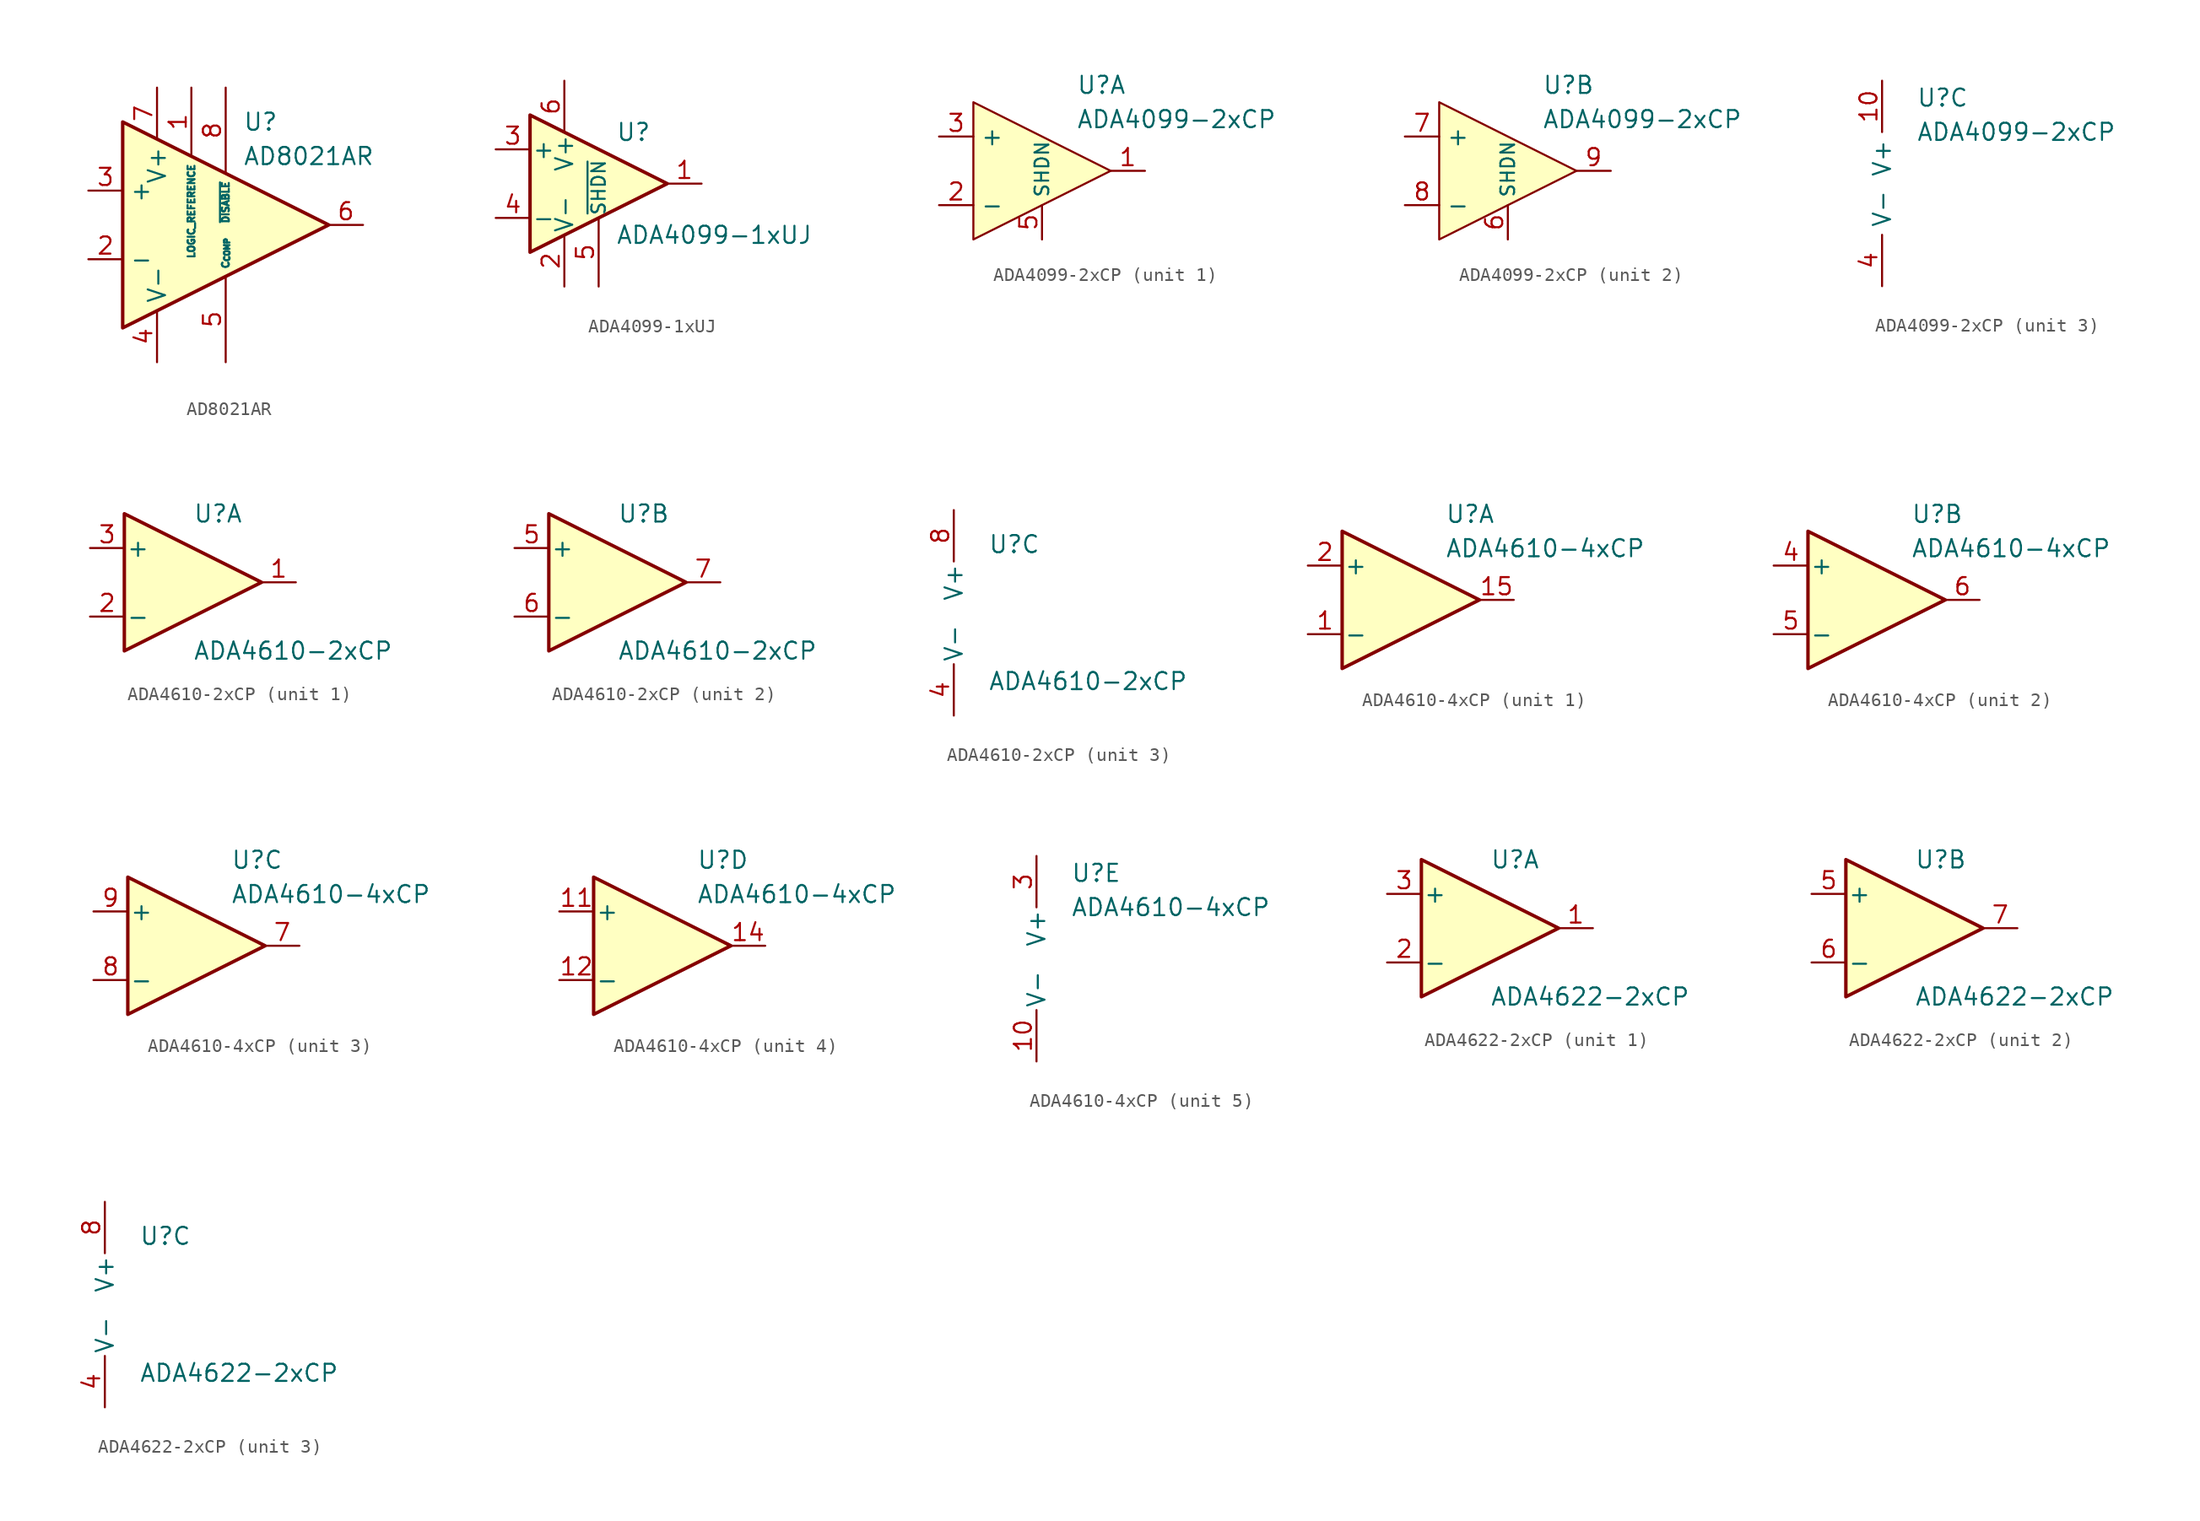
<source format=kicad_sym>
(kicad_symbol_lib
  (version 20241209)
  (generator "kicad_symbol_editor")
  (generator_version "9.0")
  (symbol "AD8021AR"
    (property "Reference" "U"
      (at 1.27 7.62 0)
      (effects (font (size 1.27 1.27)) (justify left)))
    (property "Value" "AD8021AR"
      (at 1.27 5.08 0)
      (effects (font (size 1.27 1.27)) (justify left)))
    (symbol "AD8021AR_0_1"
      (polyline (pts (xy -7.62 7.62) (xy 7.62 0) (xy -7.62 -7.62) (xy -7.62 7.62)) (stroke (width 0.254) (type default)) (fill (type background))))
    (symbol "AD8021AR_1_1"
      (pin input line (at -10.16 2.54 0) (length 2.54) (name "+" (effects (font (size 1.27 1.27)))) (number "3" (effects (font (size 1.27 1.27)))))
      (pin input line (at -10.16 -2.54 0) (length 2.54) (name "-" (effects (font (size 1.27 1.27)))) (number "2" (effects (font (size 1.27 1.27)))))
      (pin power_in line (at -5.08 10.16 270) (length 3.81) (name "V+" (effects (font (size 1.27 1.27)))) (number "7" (effects (font (size 1.27 1.27)))))
      (pin power_in line (at -5.08 -10.16 90) (length 3.81) (name "V-" (effects (font (size 1.27 1.27)))) (number "4" (effects (font (size 1.27 1.27)))))
      (pin input line (at -2.54 10.16 270) (length 5.08) (name "LOGIC_REFERENCE" (effects (font (size 0.508 0.508)))) (number "1" (effects (font (size 1.27 1.27)))))
      (pin input line (at 0 10.16 270) (length 6.35) (name "~{DISABLE}" (effects (font (size 0.508 0.508)))) (number "8" (effects (font (size 1.27 1.27)))))
      (pin passive line (at 0 -10.16 90) (length 6.35) (name "C_{COMP}" (effects (font (size 0.508 0.508)))) (number "5" (effects (font (size 1.27 1.27)))))
      (pin output line (at 10.16 0 180) (length 2.54) (name "~" (effects (font (size 1.27 1.27)))) (number "6" (effects (font (size 1.27 1.27)))))))
  (symbol "ADA4099-1xUJ"
    (pin_names
      (offset 0.127))
    (property "Reference" "U"
      (at 1.27 3.81 0)
      (effects (font (size 1.27 1.27)) (justify left)))
    (property "Value" "ADA4099-1xUJ"
      (at 1.27 -3.81 0)
      (effects (font (size 1.27 1.27)) (justify left)))
    (symbol "ADA4099-1xUJ_0_1"
      (polyline (pts (xy -5.08 5.08) (xy 5.08 0) (xy -5.08 -5.08) (xy -5.08 5.08)) (stroke (width 0.254) (type default)) (fill (type background))))
    (symbol "ADA4099-1xUJ_1_1"
      (pin input line (at -7.62 2.54 0) (length 2.54) (name "+" (effects (font (size 1.27 1.27)))) (number "3" (effects (font (size 1.27 1.27)))))
      (pin input line (at -7.62 -2.54 0) (length 2.54) (name "-" (effects (font (size 1.27 1.27)))) (number "4" (effects (font (size 1.27 1.27)))))
      (pin power_in line (at -2.54 7.62 270) (length 3.81) (name "V+" (effects (font (size 1.27 1.27)))) (number "6" (effects (font (size 1.27 1.27)))))
      (pin power_in line (at -2.54 -7.62 90) (length 3.81) (name "V-" (effects (font (size 1.27 1.27)))) (number "2" (effects (font (size 1.27 1.27)))))
      (pin input line (at 0 -7.62 90) (length 5.08) (name "~{SHDN}" (effects (font (size 1 1)))) (number "5" (effects (font (size 1.27 1.27)))))
      (pin output line (at 7.62 0 180) (length 2.54) (name "~" (effects (font (size 1.27 1.27)))) (number "1" (effects (font (size 1.27 1.27)))))))
  (symbol "ADA4099-2xCP"
    (property "Reference" "U"
      (at 2.54 6.35 0)
      (effects (font (size 1.27 1.27)) (justify left)))
    (property "Value" "ADA4099-2xCP"
      (at 2.54 3.81 0)
      (effects (font (size 1.27 1.27)) (justify left)))
    (symbol "ADA4099-2xCP_1_1"
      (polyline (pts (xy -5.08 5.08) (xy 5.08 0) (xy -5.08 -5.08) (xy -5.08 5.08)) (stroke (width 0) (type default)) (fill (type background)))
      (pin input line (at -7.62 2.54 0) (length 2.54) (name "+" (effects (font (size 1.27 1.27)))) (number "3" (effects (font (size 1.27 1.27)))))
      (pin input line (at -7.62 -2.54 0) (length 2.54) (name "-" (effects (font (size 1.27 1.27)))) (number "2" (effects (font (size 1.27 1.27)))))
      (pin input line (at 0 -5.08 90) (length 2.54) (name "SHDN" (effects (font (size 1.016 1.016)))) (number "5" (effects (font (size 1.27 1.27)))))
      (pin output line (at 7.62 0 180) (length 2.54) (name "~" (effects (font (size 1.27 1.27)))) (number "1" (effects (font (size 1.27 1.27))))))
    (symbol "ADA4099-2xCP_2_1"
      (polyline (pts (xy -5.08 5.08) (xy 5.08 0) (xy -5.08 -5.08) (xy -5.08 5.08)) (stroke (width 0) (type default)) (fill (type background)))
      (pin input line (at -7.62 2.54 0) (length 2.54) (name "+" (effects (font (size 1.27 1.27)))) (number "7" (effects (font (size 1.27 1.27)))))
      (pin input line (at -7.62 -2.54 0) (length 2.54) (name "-" (effects (font (size 1.27 1.27)))) (number "8" (effects (font (size 1.27 1.27)))))
      (pin input line (at 0 -5.08 90) (length 2.54) (name "SHDN" (effects (font (size 1.016 1.016)))) (number "6" (effects (font (size 1.27 1.27)))))
      (pin output line (at 7.62 0 180) (length 2.54) (name "~" (effects (font (size 1.27 1.27)))) (number "9" (effects (font (size 1.27 1.27))))))
    (symbol "ADA4099-2xCP_3_1"
      (pin power_in line (at 0 7.62 270) (length 3.81) (name "V+" (effects (font (size 1.27 1.27)))) (number "10" (effects (font (size 1.27 1.27)))))
      (pin passive line (at 0 -7.62 90) (length 3.81) (hide yes) (name "V-" (effects (font (size 1.27 1.27)))) (number "11" (effects (font (size 1.27 1.27)))))
      (pin power_in line (at 0 -7.62 90) (length 3.81) (name "V-" (effects (font (size 1.27 1.27)))) (number "4" (effects (font (size 1.27 1.27)))))))
  (symbol "ADA4610-2xCP"
    (pin_names
      (offset 0.127))
    (property "Reference" "U"
      (at 0 5.08 0)
      (effects (font (size 1.27 1.27)) (justify left)))
    (property "Value" "ADA4610-2xCP"
      (at 0 -5.08 0)
      (effects (font (size 1.27 1.27)) (justify left)))
    (property "ki_locked" ""
      (at 0 0 0)
      (effects (font (size 1.27 1.27))))
    (symbol "ADA4610-2xCP_1_1"
      (polyline (pts (xy -5.08 5.08) (xy 5.08 0) (xy -5.08 -5.08) (xy -5.08 5.08)) (stroke (width 0.254) (type default)) (fill (type background)))
      (pin input line (at -7.62 2.54 0) (length 2.54) (name "+" (effects (font (size 1.27 1.27)))) (number "3" (effects (font (size 1.27 1.27)))))
      (pin input line (at -7.62 -2.54 0) (length 2.54) (name "-" (effects (font (size 1.27 1.27)))) (number "2" (effects (font (size 1.27 1.27)))))
      (pin output line (at 7.62 0 180) (length 2.54) (name "~" (effects (font (size 1.27 1.27)))) (number "1" (effects (font (size 1.27 1.27))))))
    (symbol "ADA4610-2xCP_2_1"
      (polyline (pts (xy -5.08 5.08) (xy 5.08 0) (xy -5.08 -5.08) (xy -5.08 5.08)) (stroke (width 0.254) (type default)) (fill (type background)))
      (pin input line (at -7.62 2.54 0) (length 2.54) (name "+" (effects (font (size 1.27 1.27)))) (number "5" (effects (font (size 1.27 1.27)))))
      (pin input line (at -7.62 -2.54 0) (length 2.54) (name "-" (effects (font (size 1.27 1.27)))) (number "6" (effects (font (size 1.27 1.27)))))
      (pin output line (at 7.62 0 180) (length 2.54) (name "~" (effects (font (size 1.27 1.27)))) (number "7" (effects (font (size 1.27 1.27))))))
    (symbol "ADA4610-2xCP_3_1"
      (pin power_in line (at -2.54 7.62 270) (length 3.81) (name "V+" (effects (font (size 1.27 1.27)))) (number "8" (effects (font (size 1.27 1.27)))))
      (pin power_in line (at -2.54 -7.62 90) (length 3.81) (name "V-" (effects (font (size 1.27 1.27)))) (number "4" (effects (font (size 1.27 1.27)))))
      (pin passive line (at -2.54 -7.62 90) (length 3.81) (hide yes) (name "V-" (effects (font (size 1.27 1.27)))) (number "9" (effects (font (size 1.27 1.27)))))))
  (symbol "ADA4610-4xCP"
    (pin_names
      (offset 0.127))
    (property "Reference" "U"
      (at 2.54 6.35 0)
      (effects (font (size 1.27 1.27)) (justify left)))
    (property "Value" "ADA4610-4xCP"
      (at 2.54 3.81 0)
      (effects (font (size 1.27 1.27)) (justify left)))
    (property "ki_locked" ""
      (at 0 0 0)
      (effects (font (size 1.27 1.27))))
    (symbol "ADA4610-4xCP_1_1"
      (polyline (pts (xy 5.08 0) (xy -5.08 5.08) (xy -5.08 -5.08) (xy 5.08 0)) (stroke (width 0.254) (type default)) (fill (type background)))
      (pin input line (at -7.62 2.54 0) (length 2.54) (name "+" (effects (font (size 1.27 1.27)))) (number "2" (effects (font (size 1.27 1.27)))))
      (pin input line (at -7.62 -2.54 0) (length 2.54) (name "-" (effects (font (size 1.27 1.27)))) (number "1" (effects (font (size 1.27 1.27)))))
      (pin no_connect line (at 0 2.54 270) (length 2.54) (hide yes) (name "NIC" (effects (font (size 1.27 1.27)))) (number "13" (effects (font (size 1.27 1.27)))))
      (pin no_connect line (at 0 -2.54 90) (length 2.54) (hide yes) (name "NIC" (effects (font (size 1.27 1.27)))) (number "16" (effects (font (size 1.27 1.27)))))
      (pin output line (at 7.62 0 180) (length 2.54) (name "~" (effects (font (size 1.27 1.27)))) (number "15" (effects (font (size 1.27 1.27))))))
    (symbol "ADA4610-4xCP_2_1"
      (polyline (pts (xy -5.08 5.08) (xy -5.08 -5.08) (xy 5.08 0) (xy -5.08 5.08)) (stroke (width 0.254) (type default)) (fill (type background)))
      (pin input line (at -7.62 2.54 0) (length 2.54) (name "+" (effects (font (size 1.27 1.27)))) (number "4" (effects (font (size 1.27 1.27)))))
      (pin input line (at -7.62 -2.54 0) (length 2.54) (name "-" (effects (font (size 1.27 1.27)))) (number "5" (effects (font (size 1.27 1.27)))))
      (pin output line (at 7.62 0 180) (length 2.54) (name "~" (effects (font (size 1.27 1.27)))) (number "6" (effects (font (size 1.27 1.27))))))
    (symbol "ADA4610-4xCP_3_1"
      (polyline (pts (xy 5.08 0) (xy -5.08 5.08) (xy -5.08 -5.08) (xy 5.08 0)) (stroke (width 0.254) (type default)) (fill (type background)))
      (pin input line (at -7.62 2.54 0) (length 2.54) (name "+" (effects (font (size 1.27 1.27)))) (number "9" (effects (font (size 1.27 1.27)))))
      (pin input line (at -7.62 -2.54 0) (length 2.54) (name "-" (effects (font (size 1.27 1.27)))) (number "8" (effects (font (size 1.27 1.27)))))
      (pin output line (at 7.62 0 180) (length 2.54) (name "~" (effects (font (size 1.27 1.27)))) (number "7" (effects (font (size 1.27 1.27))))))
    (symbol "ADA4610-4xCP_4_1"
      (polyline (pts (xy -5.08 5.08) (xy 5.08 0) (xy -5.08 -5.08) (xy -5.08 5.08)) (stroke (width 0.254) (type default)) (fill (type background)))
      (pin input line (at -7.62 2.54 0) (length 2.54) (name "+" (effects (font (size 1.27 1.27)))) (number "11" (effects (font (size 1.27 1.27)))))
      (pin input line (at -7.62 -2.54 0) (length 2.54) (name "-" (effects (font (size 1.27 1.27)))) (number "12" (effects (font (size 1.27 1.27)))))
      (pin output line (at 7.62 0 180) (length 2.54) (name "~" (effects (font (size 1.27 1.27)))) (number "14" (effects (font (size 1.27 1.27))))))
    (symbol "ADA4610-4xCP_5_1"
      (pin power_in line (at 0 7.62 270) (length 3.81) (name "V+" (effects (font (size 1.27 1.27)))) (number "3" (effects (font (size 1.27 1.27)))))
      (pin power_in line (at 0 -7.62 90) (length 3.81) (name "V-" (effects (font (size 1.27 1.27)))) (number "10" (effects (font (size 1.27 1.27)))))
      (pin passive line (at 0 -7.62 90) (length 3.81) (hide yes) (name "V-" (effects (font (size 1.27 1.27)))) (number "17" (effects (font (size 1.27 1.27)))))))
  (symbol "ADA4622-2xCP"
    (pin_names
      (offset 0.127))
    (property "Reference" "U"
      (at 0 5.08 0)
      (effects (font (size 1.27 1.27)) (justify left)))
    (property "Value" "ADA4622-2xCP"
      (at 0 -5.08 0)
      (effects (font (size 1.27 1.27)) (justify left)))
    (property "ki_locked" ""
      (at 0 0 0)
      (effects (font (size 1.27 1.27))))
    (symbol "ADA4622-2xCP_1_1"
      (polyline (pts (xy -5.08 5.08) (xy 5.08 0) (xy -5.08 -5.08) (xy -5.08 5.08)) (stroke (width 0.254) (type default)) (fill (type background)))
      (pin input line (at -7.62 2.54 0) (length 2.54) (name "+" (effects (font (size 1.27 1.27)))) (number "3" (effects (font (size 1.27 1.27)))))
      (pin input line (at -7.62 -2.54 0) (length 2.54) (name "-" (effects (font (size 1.27 1.27)))) (number "2" (effects (font (size 1.27 1.27)))))
      (pin output line (at 7.62 0 180) (length 2.54) (name "~" (effects (font (size 1.27 1.27)))) (number "1" (effects (font (size 1.27 1.27))))))
    (symbol "ADA4622-2xCP_2_1"
      (polyline (pts (xy -5.08 5.08) (xy 5.08 0) (xy -5.08 -5.08) (xy -5.08 5.08)) (stroke (width 0.254) (type default)) (fill (type background)))
      (pin input line (at -7.62 2.54 0) (length 2.54) (name "+" (effects (font (size 1.27 1.27)))) (number "5" (effects (font (size 1.27 1.27)))))
      (pin input line (at -7.62 -2.54 0) (length 2.54) (name "-" (effects (font (size 1.27 1.27)))) (number "6" (effects (font (size 1.27 1.27)))))
      (pin output line (at 7.62 0 180) (length 2.54) (name "~" (effects (font (size 1.27 1.27)))) (number "7" (effects (font (size 1.27 1.27))))))
    (symbol "ADA4622-2xCP_3_1"
      (pin power_in line (at -2.54 7.62 270) (length 3.81) (name "V+" (effects (font (size 1.27 1.27)))) (number "8" (effects (font (size 1.27 1.27)))))
      (pin passive line (at -2.54 7.62 270) (length 3.81) (hide yes) (name "V+" (effects (font (size 1.27 1.27)))) (number "9" (effects (font (size 1.27 1.27)))))
      (pin power_in line (at -2.54 -7.62 90) (length 3.81) (name "V-" (effects (font (size 1.27 1.27)))) (number "4" (effects (font (size 1.27 1.27))))))))
</source>
